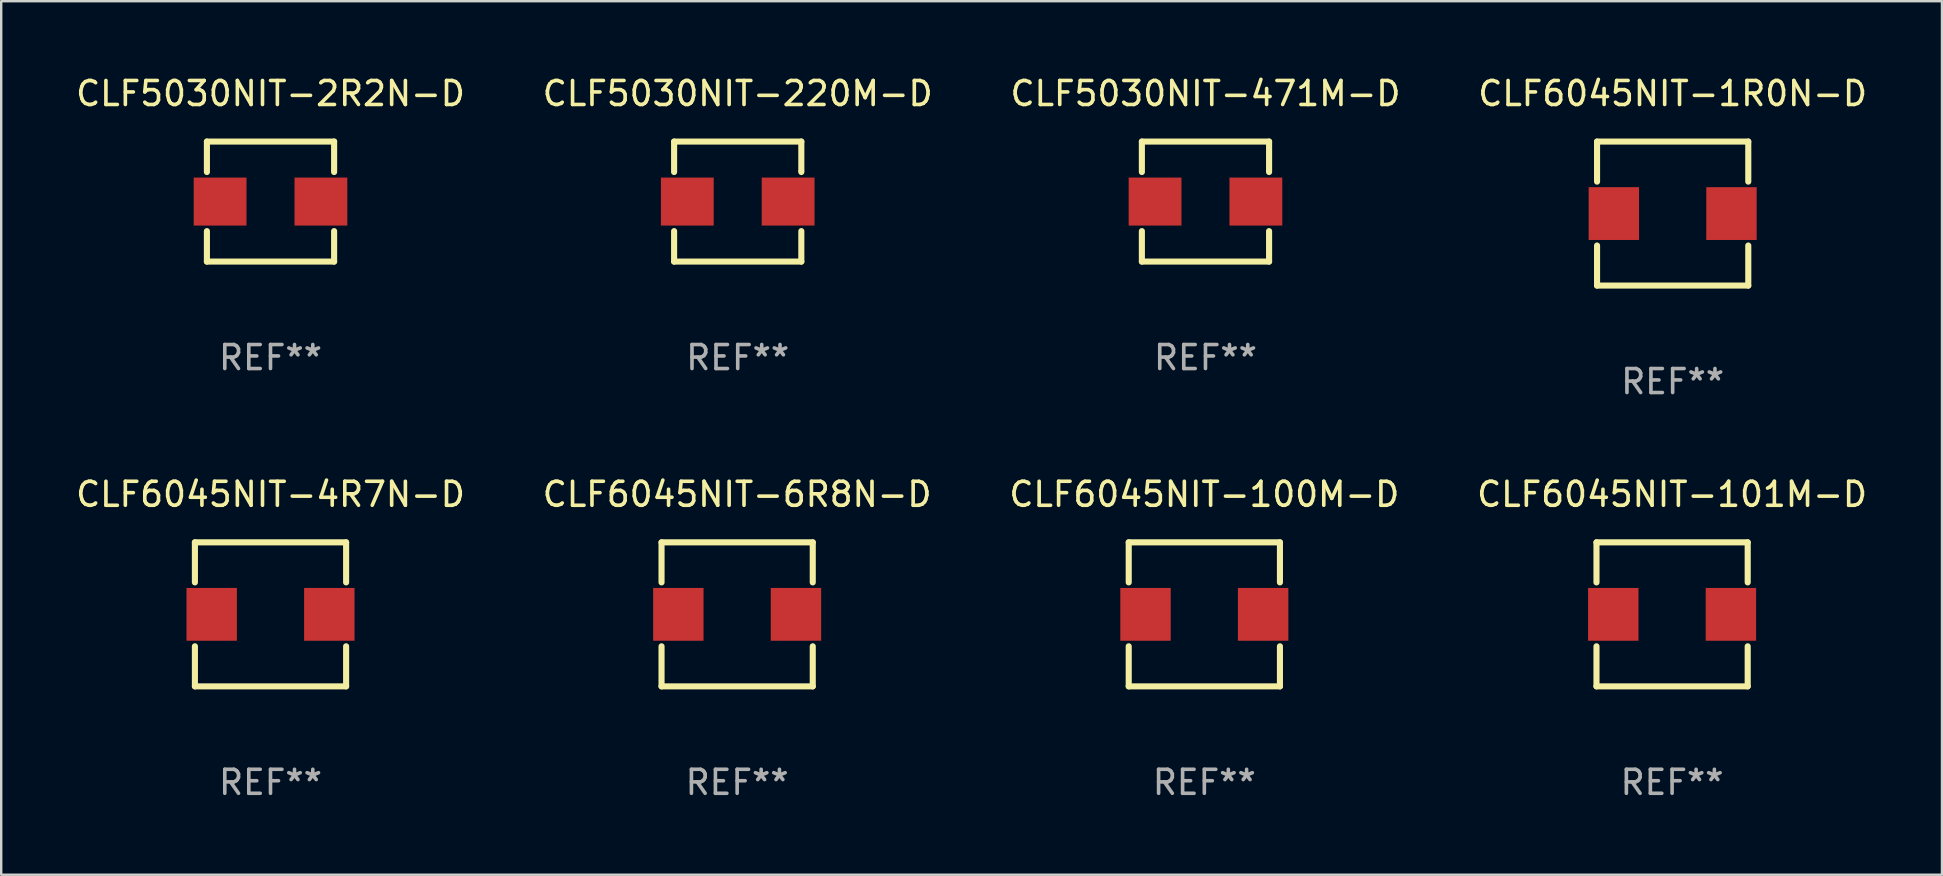
<source format=kicad_pcb>
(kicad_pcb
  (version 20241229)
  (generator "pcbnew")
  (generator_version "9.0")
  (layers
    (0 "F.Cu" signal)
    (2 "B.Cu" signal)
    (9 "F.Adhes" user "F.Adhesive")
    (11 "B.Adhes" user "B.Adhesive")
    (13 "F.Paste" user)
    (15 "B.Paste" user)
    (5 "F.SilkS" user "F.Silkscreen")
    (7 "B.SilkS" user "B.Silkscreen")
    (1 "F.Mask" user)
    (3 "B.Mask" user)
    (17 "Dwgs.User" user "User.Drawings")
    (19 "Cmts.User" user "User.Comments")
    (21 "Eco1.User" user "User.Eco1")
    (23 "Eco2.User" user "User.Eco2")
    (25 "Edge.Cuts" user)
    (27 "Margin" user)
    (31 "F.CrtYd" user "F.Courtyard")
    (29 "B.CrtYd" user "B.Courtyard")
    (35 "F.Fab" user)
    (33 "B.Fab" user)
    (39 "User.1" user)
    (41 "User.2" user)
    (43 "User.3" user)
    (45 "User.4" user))
  (footprint "CLF6045NIT-4R7N-D"
    (layer "F.Cu")
    (at 8.22 22.545)
    (property "Reference" "CLF6045NIT-4R7N-D" (at 0 -5 0) (layer "F.SilkS") (effects (font (size 1 1) (thickness 0.15))))
    (attr through_hole)
    (fp_line (start -3.15 -3) (end -3.15 -1.331) (stroke (width 0.254) (type solid)) (layer "F.SilkS"))
    (fp_line (start -3.15 -3) (end 3.15 -3) (stroke (width 0.254) (type solid)) (layer "F.SilkS"))
    (fp_line (start -3.15 1.331) (end -3.15 3) (stroke (width 0.254) (type solid)) (layer "F.SilkS"))
    (fp_line (start -3.15 3) (end 3.15 3) (stroke (width 0.254) (type solid)) (layer "F.SilkS"))
    (fp_line (start 3.15 -1.331) (end 3.15 -3) (stroke (width 0.254) (type solid)) (layer "F.SilkS"))
    (fp_line (start 3.15 3) (end 3.15 1.331) (stroke (width 0.254) (type solid)) (layer "F.SilkS"))
    (fp_circle (center -3.15 -3) (end -3.12 -3) (stroke (width 0.06) (type solid)) (fill no) (layer "F.SilkS"))
    (fp_text user "REF**" (at 0 7 0) (layer "F.Fab") (effects (font (size 1 1) (thickness 0.15))))
    (pad "1" smd rect (at -2.45 0) (size 2.1 2.2) (layers "F.Cu" "F.Mask" "F.Paste"))
    (pad "2" smd rect (at 2.45 0) (size 2.1 2.2) (layers "F.Cu" "F.Mask" "F.Paste")))
  (footprint "CLF6045NIT-6R8N-D"
    (layer "F.Cu")
    (at 27.661 22.545)
    (property "Reference" "CLF6045NIT-6R8N-D" (at 0 -5 0) (layer "F.SilkS") (effects (font (size 1 1) (thickness 0.15))))
    (attr through_hole)
    (fp_line (start -3.15 -3) (end -3.15 -1.331) (stroke (width 0.254) (type solid)) (layer "F.SilkS"))
    (fp_line (start -3.15 -3) (end 3.15 -3) (stroke (width 0.254) (type solid)) (layer "F.SilkS"))
    (fp_line (start -3.15 1.331) (end -3.15 3) (stroke (width 0.254) (type solid)) (layer "F.SilkS"))
    (fp_line (start -3.15 3) (end 3.15 3) (stroke (width 0.254) (type solid)) (layer "F.SilkS"))
    (fp_line (start 3.15 -1.331) (end 3.15 -3) (stroke (width 0.254) (type solid)) (layer "F.SilkS"))
    (fp_line (start 3.15 3) (end 3.15 1.331) (stroke (width 0.254) (type solid)) (layer "F.SilkS"))
    (fp_circle (center -3.15 -3) (end -3.12 -3) (stroke (width 0.06) (type solid)) (fill no) (layer "F.SilkS"))
    (fp_text user "REF**" (at 0 7 0) (layer "F.Fab") (effects (font (size 1 1) (thickness 0.15))))
    (pad "1" smd rect (at -2.45 0) (size 2.1 2.2) (layers "F.Cu" "F.Mask" "F.Paste"))
    (pad "2" smd rect (at 2.45 0) (size 2.1 2.2) (layers "F.Cu" "F.Mask" "F.Paste")))
  (footprint "CLF6045NIT-101M-D"
    (layer "F.Cu")
    (at 66.613 22.545)
    (property "Reference" "CLF6045NIT-101M-D" (at 0 -5 0) (layer "F.SilkS") (effects (font (size 1 1) (thickness 0.15))))
    (attr through_hole)
    (fp_line (start -3.15 -3) (end -3.15 -1.331) (stroke (width 0.254) (type solid)) (layer "F.SilkS"))
    (fp_line (start -3.15 -3) (end 3.15 -3) (stroke (width 0.254) (type solid)) (layer "F.SilkS"))
    (fp_line (start -3.15 1.331) (end -3.15 3) (stroke (width 0.254) (type solid)) (layer "F.SilkS"))
    (fp_line (start -3.15 3) (end 3.15 3) (stroke (width 0.254) (type solid)) (layer "F.SilkS"))
    (fp_line (start 3.15 -1.331) (end 3.15 -3) (stroke (width 0.254) (type solid)) (layer "F.SilkS"))
    (fp_line (start 3.15 3) (end 3.15 1.331) (stroke (width 0.254) (type solid)) (layer "F.SilkS"))
    (fp_circle (center -3.15 -3) (end -3.12 -3) (stroke (width 0.06) (type solid)) (fill no) (layer "F.SilkS"))
    (fp_text user "REF**" (at 0 7 0) (layer "F.Fab") (effects (font (size 1 1) (thickness 0.15))))
    (pad "1" smd rect (at -2.45 0) (size 2.1 2.2) (layers "F.Cu" "F.Mask" "F.Paste"))
    (pad "2" smd rect (at 2.45 0) (size 2.1 2.2) (layers "F.Cu" "F.Mask" "F.Paste")))
  (footprint "CLF5030NIT-471M-D"
    (layer "F.Cu")
    (at 47.173 5.348)
    (property "Reference" "CLF5030NIT-471M-D" (at 0 -4.5 0) (layer "F.SilkS") (effects (font (size 1 1) (thickness 0.15))))
    (attr through_hole)
    (fp_line (start -2.65 -2.5) (end 2.65 -2.5) (stroke (width 0.254) (type solid)) (layer "F.SilkS"))
    (fp_line (start -2.65 -1.231) (end -2.65 -2.5) (stroke (width 0.254) (type solid)) (layer "F.SilkS"))
    (fp_line (start -2.65 2.5) (end -2.65 1.231) (stroke (width 0.254) (type solid)) (layer "F.SilkS"))
    (fp_line (start 2.65 -2.5) (end 2.65 -1.3) (stroke (width 0.254) (type solid)) (layer "F.SilkS"))
    (fp_line (start 2.65 -1.25) (end 2.65 -1.231) (stroke (width 0.254) (type solid)) (layer "F.SilkS"))
    (fp_line (start 2.65 1.231) (end 2.65 2.5) (stroke (width 0.254) (type solid)) (layer "F.SilkS"))
    (fp_line (start 2.65 2.5) (end -2.65 2.5) (stroke (width 0.254) (type solid)) (layer "F.SilkS"))
    (fp_circle (center -2.65 2.5) (end -2.62 2.5) (stroke (width 0.06) (type solid)) (fill no) (layer "F.SilkS"))
    (fp_text user "REF**" (at 0 6.5 0) (layer "F.Fab") (effects (font (size 1 1) (thickness 0.15))))
    (pad "1" smd rect (at -2.1 0) (size 2.2 2) (layers "F.Cu" "F.Mask" "F.Paste"))
    (pad "2" smd rect (at 2.1 0) (size 2.2 2) (layers "F.Cu" "F.Mask" "F.Paste")))
  (footprint "CLF5030NIT-220M-D"
    (layer "F.Cu")
    (at 27.685 5.348)
    (property "Reference" "CLF5030NIT-220M-D" (at 0 -4.5 0) (layer "F.SilkS") (effects (font (size 1 1) (thickness 0.15))))
    (attr through_hole)
    (fp_line (start -2.65 -2.5) (end 2.65 -2.5) (stroke (width 0.254) (type solid)) (layer "F.SilkS"))
    (fp_line (start -2.65 -1.231) (end -2.65 -2.5) (stroke (width 0.254) (type solid)) (layer "F.SilkS"))
    (fp_line (start -2.65 2.5) (end -2.65 1.231) (stroke (width 0.254) (type solid)) (layer "F.SilkS"))
    (fp_line (start 2.65 -2.5) (end 2.65 -1.3) (stroke (width 0.254) (type solid)) (layer "F.SilkS"))
    (fp_line (start 2.65 -1.25) (end 2.65 -1.231) (stroke (width 0.254) (type solid)) (layer "F.SilkS"))
    (fp_line (start 2.65 1.231) (end 2.65 2.5) (stroke (width 0.254) (type solid)) (layer "F.SilkS"))
    (fp_line (start 2.65 2.5) (end -2.65 2.5) (stroke (width 0.254) (type solid)) (layer "F.SilkS"))
    (fp_circle (center -2.65 2.5) (end -2.62 2.5) (stroke (width 0.06) (type solid)) (fill no) (layer "F.SilkS"))
    (fp_text user "REF**" (at 0 6.5 0) (layer "F.Fab") (effects (font (size 1 1) (thickness 0.15))))
    (pad "1" smd rect (at -2.1 0) (size 2.2 2) (layers "F.Cu" "F.Mask" "F.Paste"))
    (pad "2" smd rect (at 2.1 0) (size 2.2 2) (layers "F.Cu" "F.Mask" "F.Paste")))
  (footprint "CLF6045NIT-1R0N-D"
    (layer "F.Cu")
    (at 66.637 5.848)
    (property "Reference" "CLF6045NIT-1R0N-D" (at 0 -5 0) (layer "F.SilkS") (effects (font (size 1 1) (thickness 0.15))))
    (attr through_hole)
    (fp_line (start -3.15 -3) (end -3.15 -1.331) (stroke (width 0.254) (type solid)) (layer "F.SilkS"))
    (fp_line (start -3.15 -3) (end 3.15 -3) (stroke (width 0.254) (type solid)) (layer "F.SilkS"))
    (fp_line (start -3.15 1.331) (end -3.15 3) (stroke (width 0.254) (type solid)) (layer "F.SilkS"))
    (fp_line (start -3.15 3) (end 3.15 3) (stroke (width 0.254) (type solid)) (layer "F.SilkS"))
    (fp_line (start 3.15 -1.331) (end 3.15 -3) (stroke (width 0.254) (type solid)) (layer "F.SilkS"))
    (fp_line (start 3.15 3) (end 3.15 1.331) (stroke (width 0.254) (type solid)) (layer "F.SilkS"))
    (fp_circle (center -3.15 -3) (end -3.12 -3) (stroke (width 0.06) (type solid)) (fill no) (layer "F.SilkS"))
    (fp_text user "REF**" (at 0 7 0) (layer "F.Fab") (effects (font (size 1 1) (thickness 0.15))))
    (pad "1" smd rect (at -2.45 0) (size 2.1 2.2) (layers "F.Cu" "F.Mask" "F.Paste"))
    (pad "2" smd rect (at 2.45 0) (size 2.1 2.2) (layers "F.Cu" "F.Mask" "F.Paste")))
  (footprint "CLF5030NIT-2R2N-D"
    (layer "F.Cu")
    (at 8.22 5.348)
    (property "Reference" "CLF5030NIT-2R2N-D" (at 0 -4.5 0) (layer "F.SilkS") (effects (font (size 1 1) (thickness 0.15))))
    (attr through_hole)
    (fp_line (start -2.65 -2.5) (end 2.65 -2.5) (stroke (width 0.254) (type solid)) (layer "F.SilkS"))
    (fp_line (start -2.65 -1.231) (end -2.65 -2.5) (stroke (width 0.254) (type solid)) (layer "F.SilkS"))
    (fp_line (start -2.65 2.5) (end -2.65 1.231) (stroke (width 0.254) (type solid)) (layer "F.SilkS"))
    (fp_line (start 2.65 -2.5) (end 2.65 -1.3) (stroke (width 0.254) (type solid)) (layer "F.SilkS"))
    (fp_line (start 2.65 -1.25) (end 2.65 -1.231) (stroke (width 0.254) (type solid)) (layer "F.SilkS"))
    (fp_line (start 2.65 1.231) (end 2.65 2.5) (stroke (width 0.254) (type solid)) (layer "F.SilkS"))
    (fp_line (start 2.65 2.5) (end -2.65 2.5) (stroke (width 0.254) (type solid)) (layer "F.SilkS"))
    (fp_circle (center -2.65 2.5) (end -2.62 2.5) (stroke (width 0.06) (type solid)) (fill no) (layer "F.SilkS"))
    (fp_text user "REF**" (at 0 6.5 0) (layer "F.Fab") (effects (font (size 1 1) (thickness 0.15))))
    (pad "1" smd rect (at -2.1 0) (size 2.2 2) (layers "F.Cu" "F.Mask" "F.Paste"))
    (pad "2" smd rect (at 2.1 0) (size 2.2 2) (layers "F.Cu" "F.Mask" "F.Paste")))
  (footprint "CLF6045NIT-100M-D"
    (layer "F.Cu")
    (at 47.125 22.545)
    (property "Reference" "CLF6045NIT-100M-D" (at 0 -5 0) (layer "F.SilkS") (effects (font (size 1 1) (thickness 0.15))))
    (attr through_hole)
    (fp_line (start -3.15 -3) (end -3.15 -1.331) (stroke (width 0.254) (type solid)) (layer "F.SilkS"))
    (fp_line (start -3.15 -3) (end 3.15 -3) (stroke (width 0.254) (type solid)) (layer "F.SilkS"))
    (fp_line (start -3.15 1.331) (end -3.15 3) (stroke (width 0.254) (type solid)) (layer "F.SilkS"))
    (fp_line (start -3.15 3) (end 3.15 3) (stroke (width 0.254) (type solid)) (layer "F.SilkS"))
    (fp_line (start 3.15 -1.331) (end 3.15 -3) (stroke (width 0.254) (type solid)) (layer "F.SilkS"))
    (fp_line (start 3.15 3) (end 3.15 1.331) (stroke (width 0.254) (type solid)) (layer "F.SilkS"))
    (fp_circle (center -3.15 -3) (end -3.12 -3) (stroke (width 0.06) (type solid)) (fill no) (layer "F.SilkS"))
    (fp_text user "REF**" (at 0 7 0) (layer "F.Fab") (effects (font (size 1 1) (thickness 0.15))))
    (pad "1" smd rect (at -2.45 0) (size 2.1 2.2) (layers "F.Cu" "F.Mask" "F.Paste"))
    (pad "2" smd rect (at 2.45 0) (size 2.1 2.2) (layers "F.Cu" "F.Mask" "F.Paste")))
  (gr_rect
    (start -3 -3)
    (end 77.857 33.393)
    (stroke (width 0.1) (type default))
    (fill no)
    (layer "Edge.Cuts")))
</source>
